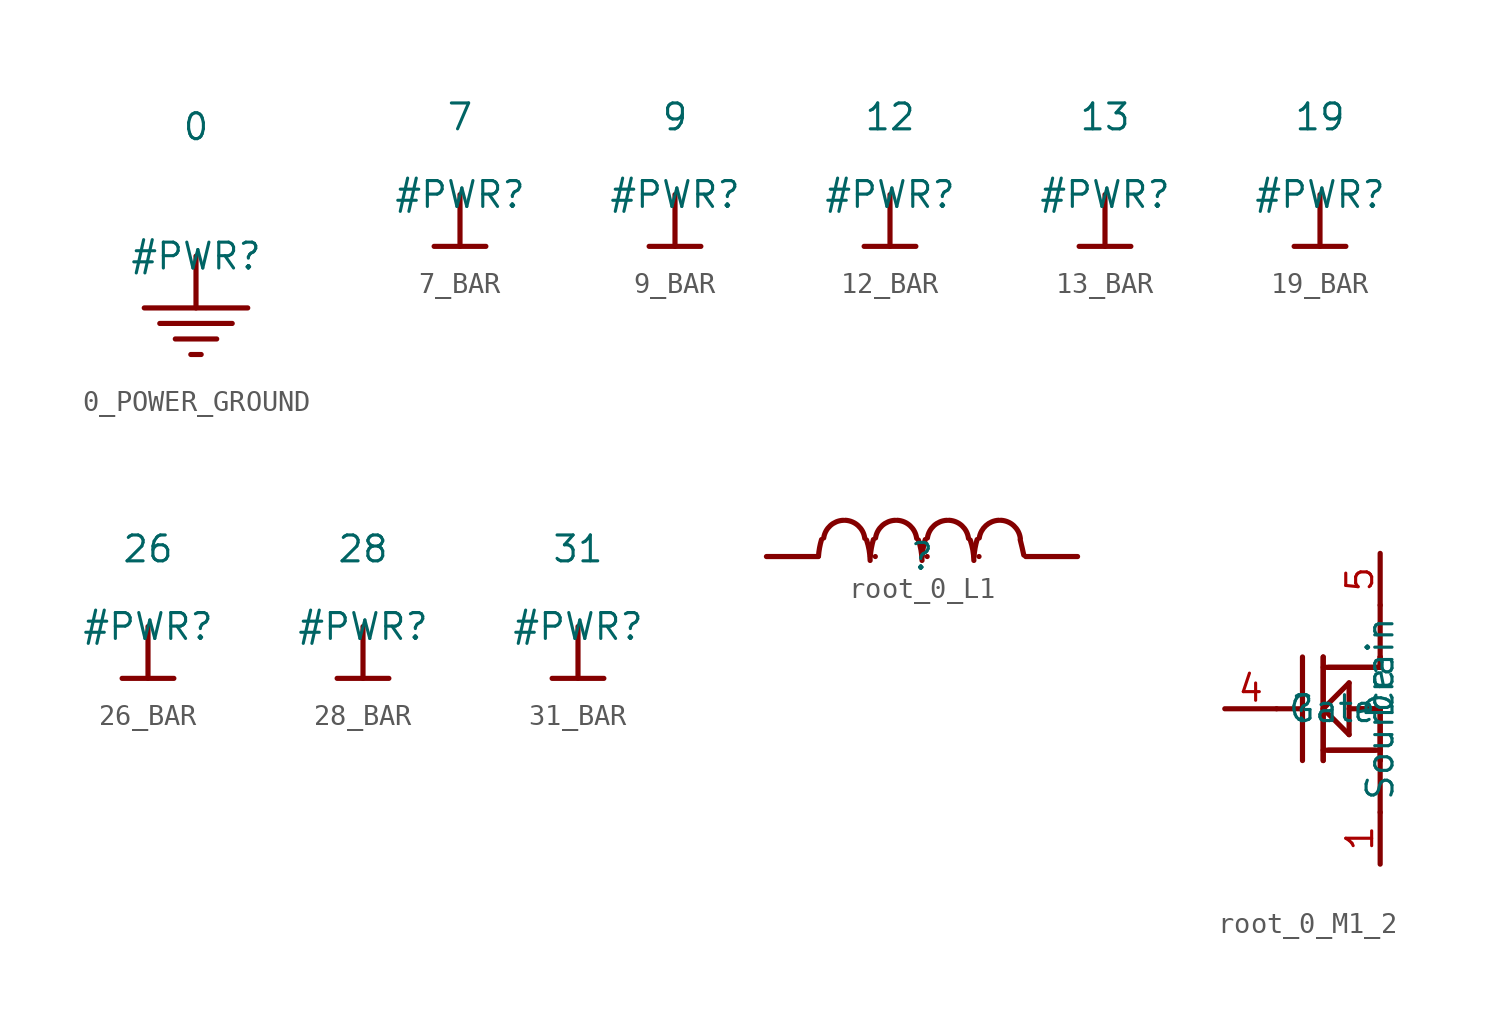
<source format=kicad_sym>
(kicad_symbol_lib
  (version 20231120)
  (generator "kicad_symbol_editor")
  (generator_version "8.0")
  (symbol "0_POWER_GROUND"
    (power)
    (property "Reference" "#PWR"
      (at 0 0 0)
      (effects (font (size 1.27 1.27))))
    (property "Value" "0"
      (at 0 6.35 0)
      (effects (font (size 1.27 1.27))))
    (symbol "0_POWER_GROUND_0_0"
      (polyline (pts (xy -2.54 -2.54) (xy 2.54 -2.54)) (stroke (width 0.254) (type solid)) (fill (type none)))
      (polyline (pts (xy -1.778 -3.302) (xy 1.778 -3.302)) (stroke (width 0.254) (type solid)) (fill (type none)))
      (polyline (pts (xy -1.016 -4.064) (xy 1.016 -4.064)) (stroke (width 0.254) (type solid)) (fill (type none)))
      (polyline (pts (xy -0.254 -4.826) (xy 0.254 -4.826)) (stroke (width 0.254) (type solid)) (fill (type none)))
      (polyline (pts (xy 0 0) (xy 0 -2.54)) (stroke (width 0.254) (type solid)) (fill (type none)))
      (pin power_in line (at 0 0 0) (length 0) hide (name "0" (effects (font (size 1.27 1.27)))) (number "" (effects (font (size 1.27 1.27)))))))
  (symbol "7_BAR"
    (power)
    (property "Reference" "#PWR"
      (at 0 0 0)
      (effects (font (size 1.27 1.27))))
    (property "Value" "7"
      (at 0 3.81 0)
      (effects (font (size 1.27 1.27))))
    (symbol "7_BAR_0_0"
      (polyline (pts (xy -1.27 -2.54) (xy 1.27 -2.54)) (stroke (width 0.254) (type solid)) (fill (type none)))
      (polyline (pts (xy 0 0) (xy 0 -2.54)) (stroke (width 0.254) (type solid)) (fill (type none)))
      (pin power_in line (at 0 0 0) (length 0) hide (name "7" (effects (font (size 1.27 1.27)))) (number "" (effects (font (size 1.27 1.27)))))))
  (symbol "9_BAR"
    (power)
    (property "Reference" "#PWR"
      (at 0 0 0)
      (effects (font (size 1.27 1.27))))
    (property "Value" "9"
      (at 0 3.81 0)
      (effects (font (size 1.27 1.27))))
    (symbol "9_BAR_0_0"
      (polyline (pts (xy -1.27 -2.54) (xy 1.27 -2.54)) (stroke (width 0.254) (type solid)) (fill (type none)))
      (polyline (pts (xy 0 0) (xy 0 -2.54)) (stroke (width 0.254) (type solid)) (fill (type none)))
      (pin power_in line (at 0 0 0) (length 0) hide (name "9" (effects (font (size 1.27 1.27)))) (number "" (effects (font (size 1.27 1.27)))))))
  (symbol "12_BAR"
    (power)
    (property "Reference" "#PWR"
      (at 0 0 0)
      (effects (font (size 1.27 1.27))))
    (property "Value" "12"
      (at 0 3.81 0)
      (effects (font (size 1.27 1.27))))
    (symbol "12_BAR_0_0"
      (polyline (pts (xy -1.27 -2.54) (xy 1.27 -2.54)) (stroke (width 0.254) (type solid)) (fill (type none)))
      (polyline (pts (xy 0 0) (xy 0 -2.54)) (stroke (width 0.254) (type solid)) (fill (type none)))
      (pin power_in line (at 0 0 0) (length 0) hide (name "12" (effects (font (size 1.27 1.27)))) (number "" (effects (font (size 1.27 1.27)))))))
  (symbol "13_BAR"
    (power)
    (property "Reference" "#PWR"
      (at 0 0 0)
      (effects (font (size 1.27 1.27))))
    (property "Value" "13"
      (at 0 3.81 0)
      (effects (font (size 1.27 1.27))))
    (symbol "13_BAR_0_0"
      (polyline (pts (xy -1.27 -2.54) (xy 1.27 -2.54)) (stroke (width 0.254) (type solid)) (fill (type none)))
      (polyline (pts (xy 0 0) (xy 0 -2.54)) (stroke (width 0.254) (type solid)) (fill (type none)))
      (pin power_in line (at 0 0 0) (length 0) hide (name "13" (effects (font (size 1.27 1.27)))) (number "" (effects (font (size 1.27 1.27)))))))
  (symbol "19_BAR"
    (power)
    (property "Reference" "#PWR"
      (at 0 0 0)
      (effects (font (size 1.27 1.27))))
    (property "Value" "19"
      (at 0 3.81 0)
      (effects (font (size 1.27 1.27))))
    (symbol "19_BAR_0_0"
      (polyline (pts (xy -1.27 -2.54) (xy 1.27 -2.54)) (stroke (width 0.254) (type solid)) (fill (type none)))
      (polyline (pts (xy 0 0) (xy 0 -2.54)) (stroke (width 0.254) (type solid)) (fill (type none)))
      (pin power_in line (at 0 0 0) (length 0) hide (name "19" (effects (font (size 1.27 1.27)))) (number "" (effects (font (size 1.27 1.27)))))))
  (symbol "26_BAR"
    (power)
    (property "Reference" "#PWR"
      (at 0 0 0)
      (effects (font (size 1.27 1.27))))
    (property "Value" "26"
      (at 0 3.81 0)
      (effects (font (size 1.27 1.27))))
    (symbol "26_BAR_0_0"
      (polyline (pts (xy -1.27 -2.54) (xy 1.27 -2.54)) (stroke (width 0.254) (type solid)) (fill (type none)))
      (polyline (pts (xy 0 0) (xy 0 -2.54)) (stroke (width 0.254) (type solid)) (fill (type none)))
      (pin power_in line (at 0 0 0) (length 0) hide (name "26" (effects (font (size 1.27 1.27)))) (number "" (effects (font (size 1.27 1.27)))))))
  (symbol "28_BAR"
    (power)
    (property "Reference" "#PWR"
      (at 0 0 0)
      (effects (font (size 1.27 1.27))))
    (property "Value" "28"
      (at 0 3.81 0)
      (effects (font (size 1.27 1.27))))
    (symbol "28_BAR_0_0"
      (polyline (pts (xy -1.27 -2.54) (xy 1.27 -2.54)) (stroke (width 0.254) (type solid)) (fill (type none)))
      (polyline (pts (xy 0 0) (xy 0 -2.54)) (stroke (width 0.254) (type solid)) (fill (type none)))
      (pin power_in line (at 0 0 0) (length 0) hide (name "28" (effects (font (size 1.27 1.27)))) (number "" (effects (font (size 1.27 1.27)))))))
  (symbol "31_BAR"
    (power)
    (property "Reference" "#PWR"
      (at 0 0 0)
      (effects (font (size 1.27 1.27))))
    (property "Value" "31"
      (at 0 3.81 0)
      (effects (font (size 1.27 1.27))))
    (symbol "31_BAR_0_0"
      (polyline (pts (xy -1.27 -2.54) (xy 1.27 -2.54)) (stroke (width 0.254) (type solid)) (fill (type none)))
      (polyline (pts (xy 0 0) (xy 0 -2.54)) (stroke (width 0.254) (type solid)) (fill (type none)))
      (pin power_in line (at 0 0 0) (length 0) hide (name "31" (effects (font (size 1.27 1.27)))) (number "" (effects (font (size 1.27 1.27)))))))
  (symbol "root_0_L1"
    (property "Reference" ""
      (at 0 0 0)
      (effects (font (size 1.27 1.27))))
    (property "Value" ""
      (at 0 0 0)
      (effects (font (size 1.27 1.27))))
    (symbol "root_0_L1_1_0"
      (arc (start -4.9223 0.8308) (mid -5.0185 0.4275) (end -5.0704 0.0162) (stroke (width 0.254) (type solid)) (fill (type none)))
      (arc (start -3.8625 1.7766) (mid -4.4934 1.5138) (end -4.815 0.9107) (stroke (width 0.254) (type solid)) (fill (type none)))
      (arc (start -2.8022 0.8912) (mid -3.118 1.5059) (end -3.7539 1.7765) (stroke (width 0.254) (type solid)) (fill (type none)))
      (arc (start -2.5406 -0.1912) (mid -2.5894 0.3152) (end -2.7155 0.8081) (stroke (width 0.254) (type solid)) (fill (type none)))
      (arc (start -2.3823 0.8308) (mid -2.4785 0.4275) (end -2.5304 0.0162) (stroke (width 0.254) (type solid)) (fill (type none)))
      (arc (start -2.286 0) (mid -2.286 0) (end -2.286 0) (stroke (width 0.254) (type solid)) (fill (type none)))
      (arc (start -1.3225 1.7766) (mid -1.9534 1.5138) (end -2.275 0.9107) (stroke (width 0.254) (type solid)) (fill (type none)))
      (arc (start -0.2622 0.8912) (mid -0.578 1.5059) (end -1.2139 1.7765) (stroke (width 0.254) (type solid)) (fill (type none)))
      (arc (start -0.0006 -0.1912) (mid -0.0494 0.3152) (end -0.1755 0.8081) (stroke (width 0.254) (type solid)) (fill (type none)))
      (polyline (pts (xy -7.62 0) (xy -5.08 0)) (stroke (width 0.254) (type solid)) (fill (type none)))
      (polyline (pts (xy 5.08 0) (xy 7.62 0)) (stroke (width 0.254) (type solid)) (fill (type none)))
      (arc (start 0.1577 0.8308) (mid 0.0615 0.4275) (end 0.0096 0.0162) (stroke (width 0.254) (type solid)) (fill (type none)))
      (arc (start 0.254 0) (mid 0.254 0) (end 0.254 0) (stroke (width 0.254) (type solid)) (fill (type none)))
      (arc (start 1.2175 1.7766) (mid 0.5866 1.5138) (end 0.265 0.9107) (stroke (width 0.254) (type solid)) (fill (type none)))
      (arc (start 2.2778 0.8912) (mid 1.962 1.5059) (end 1.3261 1.7765) (stroke (width 0.254) (type solid)) (fill (type none)))
      (arc (start 2.5394 -0.1912) (mid 2.4906 0.3152) (end 2.3645 0.8081) (stroke (width 0.254) (type solid)) (fill (type none)))
      (arc (start 2.6977 0.8308) (mid 2.6015 0.4275) (end 2.5496 0.0162) (stroke (width 0.254) (type solid)) (fill (type none)))
      (arc (start 2.794 0) (mid 2.794 0) (end 2.794 0) (stroke (width 0.254) (type solid)) (fill (type none)))
      (arc (start 3.7575 1.7766) (mid 3.1266 1.5138) (end 2.805 0.9107) (stroke (width 0.254) (type solid)) (fill (type none)))
      (arc (start 4.8178 0.8912) (mid 4.502 1.5059) (end 3.8661 1.7765) (stroke (width 0.254) (type solid)) (fill (type none)))
      (arc (start 4.9855 0.0721) (mid 4.9021 0.4495) (end 4.8098 0.8249) (stroke (width 0.254) (type solid)) (fill (type none)))
      (pin passive line (at -7.62 0 0) (length 2.54) (name "1" (effects (font (size 0 0)))) (number "1" (effects (font (size 0 0)))))
      (pin passive line (at 7.62 0 180) (length 2.54) (name "2" (effects (font (size 0 0)))) (number "2" (effects (font (size 0 0)))))))
  (symbol "root_0_M1_2"
    (property "Reference" ""
      (at 0 0 0)
      (effects (font (size 1.27 1.27))))
    (property "Value" ""
      (at 0 0 0)
      (effects (font (size 1.27 1.27))))
    (symbol "root_0_M1_2_1_0"
      (polyline (pts (xy -3.81 0) (xy -1.27 0)) (stroke (width 0.254) (type solid)) (fill (type none)))
      (polyline (pts (xy -1.27 0) (xy 0 0)) (stroke (width 0.254) (type solid)) (fill (type none)))
      (polyline (pts (xy 0 -2.54) (xy 0 2.54)) (stroke (width 0.254) (type solid)) (fill (type none)))
      (polyline (pts (xy 1.016 -2.032) (xy 3.81 -2.032)) (stroke (width 0.254) (type solid)) (fill (type none)))
      (polyline (pts (xy 1.016 0) (xy 2.286 1.27)) (stroke (width 0.254) (type solid)) (fill (type none)))
      (polyline (pts (xy 1.016 2.54) (xy 1.016 -2.54)) (stroke (width 0.254) (type solid)) (fill (type none)))
      (polyline (pts (xy 1.016 2.54) (xy 1.016 -2.54)) (stroke (width 0.254) (type solid)) (fill (type none)))
      (polyline (pts (xy 1.27 -2.032) (xy 3.556 -2.032)) (stroke (width 0.254) (type solid)) (fill (type none)))
      (polyline (pts (xy 2.286 -1.27) (xy 1.016 0)) (stroke (width 0.254) (type solid)) (fill (type none)))
      (polyline (pts (xy 2.286 0) (xy 3.81 0)) (stroke (width 0.254) (type solid)) (fill (type none)))
      (polyline (pts (xy 2.286 1.27) (xy 2.286 -1.27)) (stroke (width 0.254) (type solid)) (fill (type none)))
      (polyline (pts (xy 2.794 0) (xy 3.81 0)) (stroke (width 0.254) (type solid)) (fill (type none)))
      (polyline (pts (xy 3.81 -7.62) (xy 3.81 -5.08)) (stroke (width 0.254) (type solid)) (fill (type none)))
      (polyline (pts (xy 3.81 -2.54) (xy 3.81 -5.08)) (stroke (width 0.254) (type solid)) (fill (type none)))
      (polyline (pts (xy 3.81 0) (xy 3.81 -2.54)) (stroke (width 0.254) (type solid)) (fill (type none)))
      (polyline (pts (xy 3.81 0) (xy 3.81 -2.54)) (stroke (width 0.254) (type solid)) (fill (type none)))
      (polyline (pts (xy 3.81 2.032) (xy 1.016 2.032)) (stroke (width 0.254) (type solid)) (fill (type none)))
      (polyline (pts (xy 3.81 2.032) (xy 1.27 2.032)) (stroke (width 0.254) (type solid)) (fill (type none)))
      (polyline (pts (xy 3.81 2.54) (xy 3.81 2.032)) (stroke (width 0.254) (type solid)) (fill (type none)))
      (polyline (pts (xy 3.81 2.54) (xy 3.81 2.032)) (stroke (width 0.254) (type solid)) (fill (type none)))
      (polyline (pts (xy 3.81 5.08) (xy 3.81 2.54)) (stroke (width 0.254) (type solid)) (fill (type none)))
      (polyline (pts (xy 3.81 7.62) (xy 3.81 5.08)) (stroke (width 0.254) (type solid)) (fill (type none)))
      (pin passive line (at 3.81 -7.62 90) (length 2.54) (name "Source" (effects (font (size 1.27 1.27)))) (number "1" (effects (font (size 1.27 1.27)))))
      (pin passive line (at 3.81 -7.62 90) (length 2.54) (name "Source" (effects (font (size 0 0)))) (number "2" (effects (font (size 0 0)))))
      (pin passive line (at 3.81 -7.62 90) (length 2.54) (name "Source" (effects (font (size 0 0)))) (number "3" (effects (font (size 0 0)))))
      (pin passive line (at -3.81 0 0) (length 2.54) (name "Gate" (effects (font (size 1.27 1.27)))) (number "4" (effects (font (size 1.27 1.27)))))
      (pin passive line (at 3.81 7.62 270) (length 2.54) (name "Drain" (effects (font (size 1.27 1.27)))) (number "5" (effects (font (size 1.27 1.27)))))
      (pin passive line (at 3.81 7.62 270) (length 2.54) (name "Drain" (effects (font (size 0 0)))) (number "6" (effects (font (size 0 0)))))
      (pin passive line (at 3.81 7.62 270) (length 2.54) (name "Drain" (effects (font (size 0 0)))) (number "7" (effects (font (size 0 0)))))
      (pin passive line (at 3.81 7.62 270) (length 2.54) (name "Drain" (effects (font (size 0 0)))) (number "8" (effects (font (size 0 0)))))
      (pin passive line (at 3.81 7.62 270) (length 2.54) (name "Drain" (effects (font (size 0 0)))) (number "9" (effects (font (size 0 0))))))))
</source>
